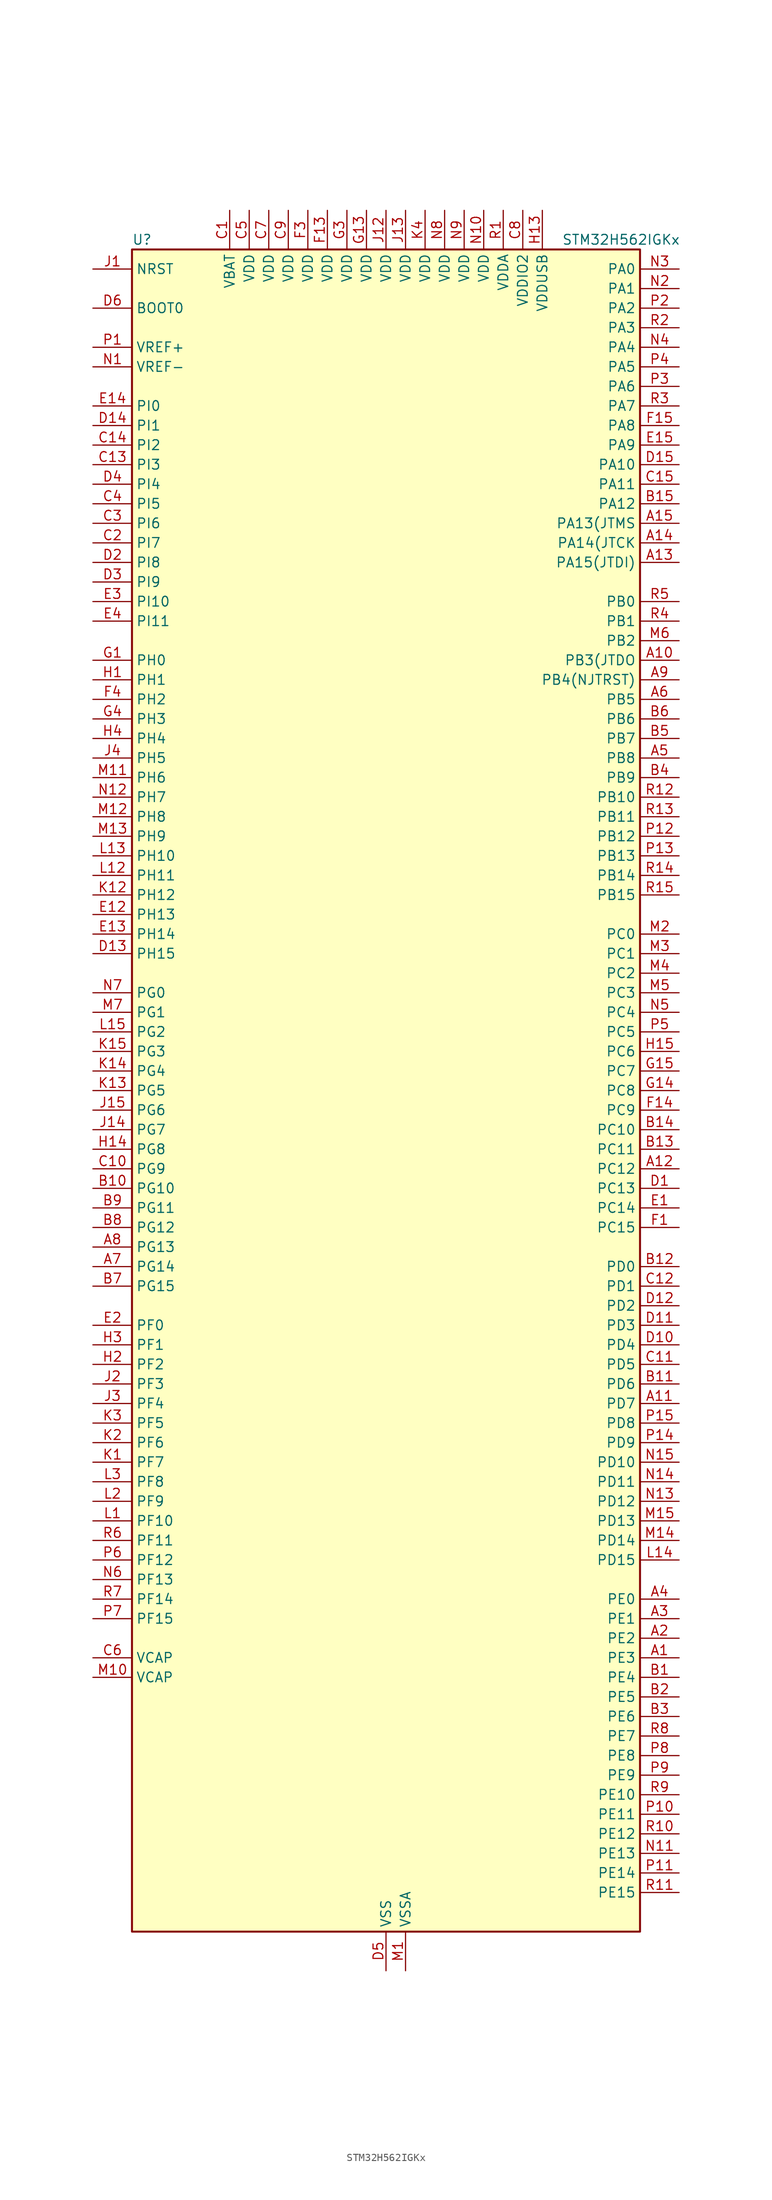
<source format=kicad_sym>
(kicad_symbol_lib
  (version 20231120)
  (generator "kicad-library-utils")
  (generator_version "8.0")
  (symbol "STM32H562IGKx"
    (property "Reference" "U"
      (at -33.02 110.49 0)
      (effects (font (size 1.27 1.27)) (justify left)))
    (property "Value" "STM32H562IGKx"
      (at 22.86 110.49 0)
      (effects (font (size 1.27 1.27)) (justify left)))
    (symbol "STM32H562IGKx_0_1"
      (rectangle (start -33.02 -109.22) (end 33.02 109.22) (stroke (width 0.254) (type default)) (fill (type background))))
    (symbol "STM32H562IGKx_1_1"
      (pin bidirectional line (at 38.1 -73.66 180) (length 5.08) (name "PE3" (effects (font (size 1.27 1.27)))) (number "A1" (effects (font (size 1.27 1.27)))) (alternate "DEBUG_TRACED0" bidirectional line) (alternate "FMC_A19" bidirectional line) (alternate "SAI1_SD_B" bidirectional line) (alternate "TAMP_IN6" bidirectional line) (alternate "TAMP_OUT3" bidirectional line) (alternate "TIM15_BKIN" bidirectional line) (alternate "USART10_TX" bidirectional line))
      (pin bidirectional line (at 38.1 55.88 180) (length 5.08) (name "PB3(JTDO" (effects (font (size 1.27 1.27)))) (number "A10" (effects (font (size 1.27 1.27)))) (alternate "CRS_SYNC" bidirectional line) (alternate "DEBUG_JTDO-SWO" bidirectional line) (alternate "I2C2_SDA" bidirectional line) (alternate "I2S1_CK" bidirectional line) (alternate "I2S3_CK" bidirectional line) (alternate "LPTIM6_ETR" bidirectional line) (alternate "SPI1_SCK" bidirectional line) (alternate "SPI3_SCK" bidirectional line) (alternate "SPI6_SCK" bidirectional line) (alternate "TIM2_CH2" bidirectional line) (alternate "UART12_CTS" bidirectional line) (alternate "UART7_RX" bidirectional line))
      (pin bidirectional line (at 38.1 -40.64 180) (length 5.08) (name "PD7" (effects (font (size 1.27 1.27)))) (number "A11" (effects (font (size 1.27 1.27)))) (alternate "FMC_NCE" bidirectional line) (alternate "FMC_NE1" bidirectional line) (alternate "I2S1_SDO" bidirectional line) (alternate "LPTIM4_OUT" bidirectional line) (alternate "OCTOSPI1_IO7" bidirectional line) (alternate "SPI1_MOSI" bidirectional line) (alternate "USART2_CK" bidirectional line))
      (pin bidirectional line (at 38.1 -10.16 180) (length 5.08) (name "PC12" (effects (font (size 1.27 1.27)))) (number "A12" (effects (font (size 1.27 1.27)))) (alternate "DCMI_D9" bidirectional line) (alternate "DEBUG_TRACED3" bidirectional line) (alternate "I2S3_SDO" bidirectional line) (alternate "PSSI_D9" bidirectional line) (alternate "SDMMC1_CK" bidirectional line) (alternate "SPI3_MOSI" bidirectional line) (alternate "SPI6_SCK" bidirectional line) (alternate "TIM15_CH1" bidirectional line) (alternate "UART5_TX" bidirectional line) (alternate "USART3_CK" bidirectional line))
      (pin bidirectional line (at 38.1 68.58 180) (length 5.08) (name "PA15(JTDI)" (effects (font (size 1.27 1.27)))) (number "A13" (effects (font (size 1.27 1.27)))) (alternate "ADC1_EXTI15" bidirectional line) (alternate "ADC2_EXTI15" bidirectional line) (alternate "CEC" bidirectional line) (alternate "DCMI_D11" bidirectional line) (alternate "DEBUG_JTDI" bidirectional line) (alternate "FMC_NBL1" bidirectional line) (alternate "I2S1_WS" bidirectional line) (alternate "I2S3_WS" bidirectional line) (alternate "LPTIM3_IN2" bidirectional line) (alternate "PSSI_D11" bidirectional line) (alternate "SPI1_NSS" bidirectional line) (alternate "SPI3_NSS" bidirectional line) (alternate "SPI6_NSS" bidirectional line) (alternate "TIM2_CH1" bidirectional line) (alternate "TIM2_ETR" bidirectional line) (alternate "UART4_DE" bidirectional line) (alternate "UART4_RTS" bidirectional line) (alternate "UART7_TX" bidirectional line))
      (pin bidirectional line (at 38.1 71.12 180) (length 5.08) (name "PA14(JTCK" (effects (font (size 1.27 1.27)))) (number "A14" (effects (font (size 1.27 1.27)))) (alternate "DEBUG_JTCK-SWCLK" bidirectional line))
      (pin bidirectional line (at 38.1 73.66 180) (length 5.08) (name "PA13(JTMS" (effects (font (size 1.27 1.27)))) (number "A15" (effects (font (size 1.27 1.27)))) (alternate "DEBUG_JTMS-SWDIO" bidirectional line))
      (pin bidirectional line (at 38.1 -71.12 180) (length 5.08) (name "PE2" (effects (font (size 1.27 1.27)))) (number "A2" (effects (font (size 1.27 1.27)))) (alternate "DCMI_D3" bidirectional line) (alternate "DEBUG_TRACECLK" bidirectional line) (alternate "FMC_A23" bidirectional line) (alternate "LPTIM1_IN2" bidirectional line) (alternate "OCTOSPI1_IO2" bidirectional line) (alternate "PSSI_D3" bidirectional line) (alternate "SAI1_CK1" bidirectional line) (alternate "SAI1_MCLK_A" bidirectional line) (alternate "SPI4_SCK" bidirectional line) (alternate "UART8_TX" bidirectional line) (alternate "USART10_RX" bidirectional line))
      (pin bidirectional line (at 38.1 -68.58 180) (length 5.08) (name "PE1" (effects (font (size 1.27 1.27)))) (number "A3" (effects (font (size 1.27 1.27)))) (alternate "DCMI_D3" bidirectional line) (alternate "FDCAN1_TX" bidirectional line) (alternate "FMC_NBL1" bidirectional line) (alternate "LPTIM1_IN2" bidirectional line) (alternate "PSSI_D3" bidirectional line) (alternate "UART8_TX" bidirectional line))
      (pin bidirectional line (at 38.1 -66.04 180) (length 5.08) (name "PE0" (effects (font (size 1.27 1.27)))) (number "A4" (effects (font (size 1.27 1.27)))) (alternate "DCMI_D2" bidirectional line) (alternate "FDCAN1_RX" bidirectional line) (alternate "FMC_NBL0" bidirectional line) (alternate "LPTIM1_ETR" bidirectional line) (alternate "LPTIM2_CH2" bidirectional line) (alternate "LPTIM2_ETR" bidirectional line) (alternate "PSSI_D2" bidirectional line) (alternate "SAI2_MCLK_A" bidirectional line) (alternate "SPI3_RDY" bidirectional line) (alternate "TIM4_ETR" bidirectional line) (alternate "UART8_RX" bidirectional line))
      (pin bidirectional line (at 38.1 43.18 180) (length 5.08) (name "PB8" (effects (font (size 1.27 1.27)))) (number "A5" (effects (font (size 1.27 1.27)))) (alternate "DCMI_D6" bidirectional line) (alternate "FDCAN1_RX" bidirectional line) (alternate "I2C1_SCL" bidirectional line) (alternate "I2C4_SCL" bidirectional line) (alternate "I3C1_SCL" bidirectional line) (alternate "PSSI_D6" bidirectional line) (alternate "SDMMC1_CKIN" bidirectional line) (alternate "SDMMC1_D4" bidirectional line) (alternate "SPI4_RDY" bidirectional line) (alternate "TIM16_CH1" bidirectional line) (alternate "TIM4_CH3" bidirectional line) (alternate "UART4_RX" bidirectional line))
      (pin bidirectional line (at 38.1 50.8 180) (length 5.08) (name "PB5" (effects (font (size 1.27 1.27)))) (number "A6" (effects (font (size 1.27 1.27)))) (alternate "DCMI_D10" bidirectional line) (alternate "FMC_SDCKE1" bidirectional line) (alternate "I2C1_SMBA" bidirectional line) (alternate "I2C4_SMBA" bidirectional line) (alternate "I2S1_SDO" bidirectional line) (alternate "I2S3_SDO" bidirectional line) (alternate "OCTOSPI1_NCLK" bidirectional line) (alternate "PSSI_D10" bidirectional line) (alternate "SPI1_MOSI" bidirectional line) (alternate "SPI3_MOSI" bidirectional line) (alternate "SPI6_MOSI" bidirectional line) (alternate "TIM17_BKIN" bidirectional line) (alternate "TIM3_CH2" bidirectional line) (alternate "UART5_RX" bidirectional line))
      (pin bidirectional line (at -38.1 -22.86 0) (length 5.08) (name "PG14" (effects (font (size 1.27 1.27)))) (number "A7" (effects (font (size 1.27 1.27)))) (alternate "DEBUG_TRACED1" bidirectional line) (alternate "FMC_A25" bidirectional line) (alternate "LPTIM1_CH2" bidirectional line) (alternate "LPTIM1_ETR" bidirectional line) (alternate "LPTIM5_IN1" bidirectional line) (alternate "OCTOSPI1_IO7" bidirectional line) (alternate "SPI6_MOSI" bidirectional line) (alternate "USART10_RTS" bidirectional line) (alternate "USART6_TX" bidirectional line))
      (pin bidirectional line (at -38.1 -20.32 0) (length 5.08) (name "PG13" (effects (font (size 1.27 1.27)))) (number "A8" (effects (font (size 1.27 1.27)))) (alternate "DEBUG_TRACED0" bidirectional line) (alternate "FMC_A24" bidirectional line) (alternate "LPTIM1_CH1" bidirectional line) (alternate "LPTIM5_CH2" bidirectional line) (alternate "SPI6_SCK" bidirectional line) (alternate "USART10_CTS" bidirectional line) (alternate "USART10_NSS" bidirectional line) (alternate "USART6_CTS" bidirectional line) (alternate "USART6_NSS" bidirectional line))
      (pin bidirectional line (at 38.1 53.34 180) (length 5.08) (name "PB4(NJTRST)" (effects (font (size 1.27 1.27)))) (number "A9" (effects (font (size 1.27 1.27)))) (alternate "DCMI_D7" bidirectional line) (alternate "DEBUG_JTRST" bidirectional line) (alternate "I2S1_SDI" bidirectional line) (alternate "I2S2_WS" bidirectional line) (alternate "I2S3_SDI" bidirectional line) (alternate "LPTIM1_CH2" bidirectional line) (alternate "OCTOSPI1_CLK" bidirectional line) (alternate "PSSI_D7" bidirectional line) (alternate "SPI1_MISO" bidirectional line) (alternate "SPI2_NSS" bidirectional line) (alternate "SPI3_MISO" bidirectional line) (alternate "SPI6_MISO" bidirectional line) (alternate "TIM16_BKIN" bidirectional line) (alternate "TIM3_CH1" bidirectional line) (alternate "UART7_TX" bidirectional line))
      (pin bidirectional line (at 38.1 -76.2 180) (length 5.08) (name "PE4" (effects (font (size 1.27 1.27)))) (number "B1" (effects (font (size 1.27 1.27)))) (alternate "DCMI_D4" bidirectional line) (alternate "DEBUG_TRACED1" bidirectional line) (alternate "FMC_A20" bidirectional line) (alternate "PSSI_D4" bidirectional line) (alternate "SAI1_D2" bidirectional line) (alternate "SAI1_FS_A" bidirectional line) (alternate "SPI4_NSS" bidirectional line) (alternate "TAMP_IN7" bidirectional line) (alternate "TAMP_OUT8" bidirectional line) (alternate "TIM15_CH1N" bidirectional line))
      (pin bidirectional line (at -38.1 -12.7 0) (length 5.08) (name "PG10" (effects (font (size 1.27 1.27)))) (number "B10" (effects (font (size 1.27 1.27)))) (alternate "DCMI_D2" bidirectional line) (alternate "FMC_NE3" bidirectional line) (alternate "I2S1_WS" bidirectional line) (alternate "PSSI_D2" bidirectional line) (alternate "SAI2_SD_B" bidirectional line) (alternate "SPI1_NSS" bidirectional line))
      (pin bidirectional line (at 38.1 -38.1 180) (length 5.08) (name "PD6" (effects (font (size 1.27 1.27)))) (number "B11" (effects (font (size 1.27 1.27)))) (alternate "DCMI_D10" bidirectional line) (alternate "FMC_NWAIT" bidirectional line) (alternate "I2S3_SDO" bidirectional line) (alternate "OCTOSPI1_IO6" bidirectional line) (alternate "PSSI_D10" bidirectional line) (alternate "SAI1_D1" bidirectional line) (alternate "SAI1_SD_A" bidirectional line) (alternate "SPI3_MOSI" bidirectional line) (alternate "USART2_RX" bidirectional line))
      (pin bidirectional line (at 38.1 -22.86 180) (length 5.08) (name "PD0" (effects (font (size 1.27 1.27)))) (number "B12" (effects (font (size 1.27 1.27)))) (alternate "FDCAN1_RX" bidirectional line) (alternate "FMC_D2" bidirectional line) (alternate "FMC_DA2" bidirectional line) (alternate "TIM8_CH4N" bidirectional line) (alternate "UART4_RX" bidirectional line) (alternate "UART9_CTS" bidirectional line))
      (pin bidirectional line (at 38.1 -7.62 180) (length 5.08) (name "PC11" (effects (font (size 1.27 1.27)))) (number "B13" (effects (font (size 1.27 1.27)))) (alternate "ADC1_EXTI11" bidirectional line) (alternate "ADC2_EXTI11" bidirectional line) (alternate "DCMI_D4" bidirectional line) (alternate "I2S3_SDI" bidirectional line) (alternate "LPTIM3_IN1" bidirectional line) (alternate "OCTOSPI1_NCS" bidirectional line) (alternate "PSSI_D4" bidirectional line) (alternate "SDMMC1_D3" bidirectional line) (alternate "SPI3_MISO" bidirectional line) (alternate "UART4_RX" bidirectional line) (alternate "USART3_RX" bidirectional line))
      (pin bidirectional line (at 38.1 -5.08 180) (length 5.08) (name "PC10" (effects (font (size 1.27 1.27)))) (number "B14" (effects (font (size 1.27 1.27)))) (alternate "DCMI_D8" bidirectional line) (alternate "I2S3_CK" bidirectional line) (alternate "LPTIM3_ETR" bidirectional line) (alternate "OCTOSPI1_IO1" bidirectional line) (alternate "PSSI_D8" bidirectional line) (alternate "SDMMC1_D2" bidirectional line) (alternate "SPI3_SCK" bidirectional line) (alternate "UART4_TX" bidirectional line) (alternate "USART3_TX" bidirectional line))
      (pin bidirectional line (at 38.1 76.2 180) (length 5.08) (name "PA12" (effects (font (size 1.27 1.27)))) (number "B15" (effects (font (size 1.27 1.27)))) (alternate "FDCAN1_TX" bidirectional line) (alternate "I2S2_CK" bidirectional line) (alternate "LPUART1_RTS" bidirectional line) (alternate "SAI2_FS_B" bidirectional line) (alternate "SPI2_SCK" bidirectional line) (alternate "TIM1_ETR" bidirectional line) (alternate "UART4_TX" bidirectional line) (alternate "USART1_RTS" bidirectional line) (alternate "USB_DP" bidirectional line))
      (pin bidirectional line (at 38.1 -78.74 180) (length 5.08) (name "PE5" (effects (font (size 1.27 1.27)))) (number "B2" (effects (font (size 1.27 1.27)))) (alternate "DCMI_D6" bidirectional line) (alternate "DEBUG_TRACED2" bidirectional line) (alternate "FMC_A21" bidirectional line) (alternate "PSSI_D6" bidirectional line) (alternate "SAI1_CK2" bidirectional line) (alternate "SAI1_SCK_A" bidirectional line) (alternate "SPI4_MISO" bidirectional line) (alternate "TAMP_IN8" bidirectional line) (alternate "TAMP_OUT7" bidirectional line) (alternate "TIM15_CH1" bidirectional line))
      (pin bidirectional line (at 38.1 -81.28 180) (length 5.08) (name "PE6" (effects (font (size 1.27 1.27)))) (number "B3" (effects (font (size 1.27 1.27)))) (alternate "DCMI_D7" bidirectional line) (alternate "DEBUG_TRACED3" bidirectional line) (alternate "FMC_A22" bidirectional line) (alternate "PSSI_D7" bidirectional line) (alternate "SAI1_D1" bidirectional line) (alternate "SAI1_SD_A" bidirectional line) (alternate "SAI2_MCLK_B" bidirectional line) (alternate "SPI4_MOSI" bidirectional line) (alternate "TAMP_IN3" bidirectional line) (alternate "TAMP_OUT6" bidirectional line) (alternate "TIM15_CH2" bidirectional line) (alternate "TIM1_BKIN2" bidirectional line))
      (pin bidirectional line (at 38.1 40.64 180) (length 5.08) (name "PB9" (effects (font (size 1.27 1.27)))) (number "B4" (effects (font (size 1.27 1.27)))) (alternate "DAC1_EXTI9" bidirectional line) (alternate "DCMI_D7" bidirectional line) (alternate "FDCAN1_TX" bidirectional line) (alternate "I2C1_SDA" bidirectional line) (alternate "I2C4_SDA" bidirectional line) (alternate "I2S2_WS" bidirectional line) (alternate "I3C1_SDA" bidirectional line) (alternate "PSSI_D7" bidirectional line) (alternate "SDMMC1_CDIR" bidirectional line) (alternate "SDMMC1_D5" bidirectional line) (alternate "SPI2_NSS" bidirectional line) (alternate "TIM17_CH1" bidirectional line) (alternate "TIM4_CH4" bidirectional line) (alternate "UART4_TX" bidirectional line))
      (pin bidirectional line (at 38.1 45.72 180) (length 5.08) (name "PB7" (effects (font (size 1.27 1.27)))) (number "B5" (effects (font (size 1.27 1.27)))) (alternate "DCMI_VSYNC" bidirectional line) (alternate "FDCAN1_TX" bidirectional line) (alternate "FMC_NL" bidirectional line) (alternate "I2C1_SDA" bidirectional line) (alternate "I2C4_SDA" bidirectional line) (alternate "I3C1_SDA" bidirectional line) (alternate "LPUART1_RX" bidirectional line) (alternate "PSSI_RDY" bidirectional line) (alternate "PWR_WKUP5" bidirectional line) (alternate "TIM17_CH1N" bidirectional line) (alternate "TIM4_CH2" bidirectional line) (alternate "USART1_RX" bidirectional line))
      (pin bidirectional line (at 38.1 48.26 180) (length 5.08) (name "PB6" (effects (font (size 1.27 1.27)))) (number "B6" (effects (font (size 1.27 1.27)))) (alternate "CEC" bidirectional line) (alternate "DCMI_D5" bidirectional line) (alternate "FMC_SDNE1" bidirectional line) (alternate "I2C1_SCL" bidirectional line) (alternate "I2C4_SCL" bidirectional line) (alternate "I3C1_SCL" bidirectional line) (alternate "LPUART1_TX" bidirectional line) (alternate "OCTOSPI1_NCS" bidirectional line) (alternate "PSSI_D5" bidirectional line) (alternate "TIM16_CH1N" bidirectional line) (alternate "TIM4_CH1" bidirectional line) (alternate "UART5_TX" bidirectional line) (alternate "USART1_TX" bidirectional line))
      (pin bidirectional line (at -38.1 -25.4 0) (length 5.08) (name "PG15" (effects (font (size 1.27 1.27)))) (number "B7" (effects (font (size 1.27 1.27)))) (alternate "ADC1_EXTI15" bidirectional line) (alternate "ADC2_EXTI15" bidirectional line) (alternate "DCMI_D13" bidirectional line) (alternate "FMC_SDNCAS" bidirectional line) (alternate "PSSI_D13" bidirectional line) (alternate "SPI4_RDY" bidirectional line) (alternate "USART10_CK" bidirectional line) (alternate "USART6_CTS" bidirectional line) (alternate "USART6_NSS" bidirectional line))
      (pin bidirectional line (at -38.1 -17.78 0) (length 5.08) (name "PG12" (effects (font (size 1.27 1.27)))) (number "B8" (effects (font (size 1.27 1.27)))) (alternate "DCMI_D11" bidirectional line) (alternate "FMC_NE4" bidirectional line) (alternate "LPTIM1_IN1" bidirectional line) (alternate "LPTIM5_CH1" bidirectional line) (alternate "PSSI_D11" bidirectional line) (alternate "PSSI_D15" bidirectional line) (alternate "SPI6_MISO" bidirectional line) (alternate "USART10_TX" bidirectional line) (alternate "USART6_RTS" bidirectional line))
      (pin bidirectional line (at -38.1 -15.24 0) (length 5.08) (name "PG11" (effects (font (size 1.27 1.27)))) (number "B9" (effects (font (size 1.27 1.27)))) (alternate "ADC1_EXTI11" bidirectional line) (alternate "ADC2_EXTI11" bidirectional line) (alternate "DCMI_D3" bidirectional line) (alternate "I2S1_CK" bidirectional line) (alternate "LPTIM1_IN2" bidirectional line) (alternate "PSSI_D3" bidirectional line) (alternate "SPI1_SCK" bidirectional line) (alternate "USART10_RX" bidirectional line) (alternate "USART11_RTS" bidirectional line))
      (pin power_in line (at -20.32 114.3 270) (length 5.08) (name "VBAT" (effects (font (size 1.27 1.27)))) (number "C1" (effects (font (size 1.27 1.27)))))
      (pin bidirectional line (at -38.1 -10.16 0) (length 5.08) (name "PG9" (effects (font (size 1.27 1.27)))) (number "C10" (effects (font (size 1.27 1.27)))) (alternate "DAC1_EXTI9" bidirectional line) (alternate "DCMI_VSYNC" bidirectional line) (alternate "FMC_NCE" bidirectional line) (alternate "FMC_NE2" bidirectional line) (alternate "I2S1_SDI" bidirectional line) (alternate "OCTOSPI1_IO6" bidirectional line) (alternate "PSSI_RDY" bidirectional line) (alternate "SAI2_FS_B" bidirectional line) (alternate "SPI1_MISO" bidirectional line) (alternate "USART6_RX" bidirectional line))
      (pin bidirectional line (at 38.1 -35.56 180) (length 5.08) (name "PD5" (effects (font (size 1.27 1.27)))) (number "C11" (effects (font (size 1.27 1.27)))) (alternate "FDCAN1_TX" bidirectional line) (alternate "FMC_NWE" bidirectional line) (alternate "OCTOSPI1_IO5" bidirectional line) (alternate "SPI2_RDY" bidirectional line) (alternate "TIM1_CH4N" bidirectional line) (alternate "USART2_TX" bidirectional line))
      (pin bidirectional line (at 38.1 -25.4 180) (length 5.08) (name "PD1" (effects (font (size 1.27 1.27)))) (number "C12" (effects (font (size 1.27 1.27)))) (alternate "FDCAN1_TX" bidirectional line) (alternate "FMC_D3" bidirectional line) (alternate "FMC_DA3" bidirectional line) (alternate "UART4_TX" bidirectional line))
      (pin bidirectional line (at -38.1 81.28 0) (length 5.08) (name "PI3" (effects (font (size 1.27 1.27)))) (number "C13" (effects (font (size 1.27 1.27)))) (alternate "DCMI_D10" bidirectional line) (alternate "I2S2_SDO" bidirectional line) (alternate "PSSI_D10" bidirectional line) (alternate "SPI2_MOSI" bidirectional line) (alternate "TIM8_ETR" bidirectional line))
      (pin bidirectional line (at -38.1 83.82 0) (length 5.08) (name "PI2" (effects (font (size 1.27 1.27)))) (number "C14" (effects (font (size 1.27 1.27)))) (alternate "DCMI_D9" bidirectional line) (alternate "I2S2_SDI" bidirectional line) (alternate "PSSI_D9" bidirectional line) (alternate "SPI2_MISO" bidirectional line) (alternate "TIM8_CH4" bidirectional line))
      (pin bidirectional line (at 38.1 78.74 180) (length 5.08) (name "PA11" (effects (font (size 1.27 1.27)))) (number "C15" (effects (font (size 1.27 1.27)))) (alternate "ADC1_EXTI11" bidirectional line) (alternate "ADC2_EXTI11" bidirectional line) (alternate "FDCAN1_RX" bidirectional line) (alternate "I2S2_WS" bidirectional line) (alternate "LPUART1_CTS" bidirectional line) (alternate "SPI2_NSS" bidirectional line) (alternate "TIM1_CH4" bidirectional line) (alternate "UART4_RX" bidirectional line) (alternate "USART1_CTS" bidirectional line) (alternate "USART1_NSS" bidirectional line) (alternate "USB_DM" bidirectional line))
      (pin bidirectional line (at -38.1 71.12 0) (length 5.08) (name "PI7" (effects (font (size 1.27 1.27)))) (number "C2" (effects (font (size 1.27 1.27)))) (alternate "DCMI_D7" bidirectional line) (alternate "PSSI_D7" bidirectional line) (alternate "SAI2_FS_A" bidirectional line) (alternate "TIM8_CH3" bidirectional line))
      (pin bidirectional line (at -38.1 73.66 0) (length 5.08) (name "PI6" (effects (font (size 1.27 1.27)))) (number "C3" (effects (font (size 1.27 1.27)))) (alternate "DCMI_D6" bidirectional line) (alternate "PSSI_D6" bidirectional line) (alternate "SAI2_SD_A" bidirectional line) (alternate "TIM8_CH2" bidirectional line))
      (pin bidirectional line (at -38.1 76.2 0) (length 5.08) (name "PI5" (effects (font (size 1.27 1.27)))) (number "C4" (effects (font (size 1.27 1.27)))) (alternate "DCMI_VSYNC" bidirectional line) (alternate "PSSI_RDY" bidirectional line) (alternate "SAI2_SCK_A" bidirectional line) (alternate "TIM8_CH1" bidirectional line))
      (pin power_in line (at -17.78 114.3 270) (length 5.08) (name "VDD" (effects (font (size 1.27 1.27)))) (number "C5" (effects (font (size 1.27 1.27)))))
      (pin power_out line (at -38.1 -73.66 0) (length 5.08) (name "VCAP" (effects (font (size 1.27 1.27)))) (number "C6" (effects (font (size 1.27 1.27)))))
      (pin power_in line (at -15.24 114.3 270) (length 5.08) (name "VDD" (effects (font (size 1.27 1.27)))) (number "C7" (effects (font (size 1.27 1.27)))))
      (pin power_in line (at 17.78 114.3 270) (length 5.08) (name "VDDIO2" (effects (font (size 1.27 1.27)))) (number "C8" (effects (font (size 1.27 1.27)))))
      (pin power_in line (at -12.7 114.3 270) (length 5.08) (name "VDD" (effects (font (size 1.27 1.27)))) (number "C9" (effects (font (size 1.27 1.27)))))
      (pin bidirectional line (at 38.1 -12.7 180) (length 5.08) (name "PC13" (effects (font (size 1.27 1.27)))) (number "D1" (effects (font (size 1.27 1.27)))) (alternate "PWR_WKUP4" bidirectional line) (alternate "RTC_OUT1" bidirectional line) (alternate "RTC_TS" bidirectional line) (alternate "TAMP_IN1" bidirectional line) (alternate "TAMP_OUT2" bidirectional line) (alternate "TAMP_OUT3" bidirectional line))
      (pin bidirectional line (at 38.1 -33.02 180) (length 5.08) (name "PD4" (effects (font (size 1.27 1.27)))) (number "D10" (effects (font (size 1.27 1.27)))) (alternate "FMC_NOE" bidirectional line) (alternate "OCTOSPI1_IO4" bidirectional line) (alternate "USART2_RTS" bidirectional line))
      (pin bidirectional line (at 38.1 -30.48 180) (length 5.08) (name "PD3" (effects (font (size 1.27 1.27)))) (number "D11" (effects (font (size 1.27 1.27)))) (alternate "DCMI_D5" bidirectional line) (alternate "FMC_CLK" bidirectional line) (alternate "I2S2_CK" bidirectional line) (alternate "PSSI_D5" bidirectional line) (alternate "PWR_WKUP8" bidirectional line) (alternate "SPI2_SCK" bidirectional line) (alternate "USART2_CTS" bidirectional line) (alternate "USART2_NSS" bidirectional line))
      (pin bidirectional line (at 38.1 -27.94 180) (length 5.08) (name "PD2" (effects (font (size 1.27 1.27)))) (number "D12" (effects (font (size 1.27 1.27)))) (alternate "DCMI_D11" bidirectional line) (alternate "DEBUG_TRACED2" bidirectional line) (alternate "LPTIM4_ETR" bidirectional line) (alternate "PSSI_D11" bidirectional line) (alternate "PWR_WKUP7" bidirectional line) (alternate "SDMMC1_CMD" bidirectional line) (alternate "TIM15_BKIN" bidirectional line) (alternate "TIM3_ETR" bidirectional line) (alternate "UART5_RX" bidirectional line))
      (pin bidirectional line (at -38.1 17.78 0) (length 5.08) (name "PH15" (effects (font (size 1.27 1.27)))) (number "D13" (effects (font (size 1.27 1.27)))) (alternate "ADC1_EXTI15" bidirectional line) (alternate "ADC2_EXTI15" bidirectional line) (alternate "DCMI_D11" bidirectional line) (alternate "PSSI_D11" bidirectional line) (alternate "TIM8_CH3N" bidirectional line))
      (pin bidirectional line (at -38.1 86.36 0) (length 5.08) (name "PI1" (effects (font (size 1.27 1.27)))) (number "D14" (effects (font (size 1.27 1.27)))) (alternate "DCMI_D8" bidirectional line) (alternate "I2S2_CK" bidirectional line) (alternate "PSSI_D8" bidirectional line) (alternate "SPI2_SCK" bidirectional line) (alternate "TIM8_BKIN2" bidirectional line))
      (pin bidirectional line (at 38.1 81.28 180) (length 5.08) (name "PA10" (effects (font (size 1.27 1.27)))) (number "D15" (effects (font (size 1.27 1.27)))) (alternate "DCMI_D1" bidirectional line) (alternate "LPTIM2_IN2" bidirectional line) (alternate "LPUART1_RX" bidirectional line) (alternate "PSSI_D1" bidirectional line) (alternate "SDMMC1_D0" bidirectional line) (alternate "TIM1_CH3" bidirectional line) (alternate "UCPD1_FRSTX" bidirectional line) (alternate "USART1_RX" bidirectional line))
      (pin bidirectional line (at -38.1 68.58 0) (length 5.08) (name "PI8" (effects (font (size 1.27 1.27)))) (number "D2" (effects (font (size 1.27 1.27)))) (alternate "PWR_WKUP3" bidirectional line) (alternate "RTC_OUT2" bidirectional line) (alternate "TAMP_IN2" bidirectional line) (alternate "TAMP_OUT3" bidirectional line))
      (pin bidirectional line (at -38.1 66.04 0) (length 5.08) (name "PI9" (effects (font (size 1.27 1.27)))) (number "D3" (effects (font (size 1.27 1.27)))) (alternate "DAC1_EXTI9" bidirectional line) (alternate "FDCAN1_RX" bidirectional line) (alternate "UART4_RX" bidirectional line))
      (pin bidirectional line (at -38.1 78.74 0) (length 5.08) (name "PI4" (effects (font (size 1.27 1.27)))) (number "D4" (effects (font (size 1.27 1.27)))) (alternate "DCMI_D5" bidirectional line) (alternate "PSSI_D5" bidirectional line) (alternate "SAI2_MCLK_A" bidirectional line) (alternate "SPI2_RDY" bidirectional line) (alternate "TIM8_BKIN" bidirectional line))
      (pin power_in line (at 0 -114.3 90) (length 5.08) (name "VSS" (effects (font (size 1.27 1.27)))) (number "D5" (effects (font (size 1.27 1.27)))))
      (pin input line (at -38.1 101.6 0) (length 5.08) (name "BOOT0" (effects (font (size 1.27 1.27)))) (number "D6" (effects (font (size 1.27 1.27)))))
      (pin passive line (at 0 -114.3 90) (length 5.08) hide (name "VSS" (effects (font (size 1.27 1.27)))) (number "D7" (effects (font (size 1.27 1.27)))))
      (pin passive line (at 0 -114.3 90) (length 5.08) hide (name "VSS" (effects (font (size 1.27 1.27)))) (number "D8" (effects (font (size 1.27 1.27)))))
      (pin passive line (at 0 -114.3 90) (length 5.08) hide (name "VSS" (effects (font (size 1.27 1.27)))) (number "D9" (effects (font (size 1.27 1.27)))))
      (pin bidirectional line (at 38.1 -15.24 180) (length 5.08) (name "PC14" (effects (font (size 1.27 1.27)))) (number "E1" (effects (font (size 1.27 1.27)))) (alternate "RCC_OSC32_IN" bidirectional line))
      (pin bidirectional line (at -38.1 22.86 0) (length 5.08) (name "PH13" (effects (font (size 1.27 1.27)))) (number "E12" (effects (font (size 1.27 1.27)))) (alternate "DCMI_D3" bidirectional line) (alternate "FDCAN1_TX" bidirectional line) (alternate "LPTIM1_IN2" bidirectional line) (alternate "PSSI_D3" bidirectional line) (alternate "TIM8_CH1N" bidirectional line) (alternate "UART4_TX" bidirectional line) (alternate "UART8_TX" bidirectional line))
      (pin bidirectional line (at -38.1 20.32 0) (length 5.08) (name "PH14" (effects (font (size 1.27 1.27)))) (number "E13" (effects (font (size 1.27 1.27)))) (alternate "DCMI_D4" bidirectional line) (alternate "FDCAN1_RX" bidirectional line) (alternate "PSSI_D4" bidirectional line) (alternate "TIM8_CH2N" bidirectional line) (alternate "UART4_RX" bidirectional line))
      (pin bidirectional line (at -38.1 88.9 0) (length 5.08) (name "PI0" (effects (font (size 1.27 1.27)))) (number "E14" (effects (font (size 1.27 1.27)))) (alternate "DCMI_D13" bidirectional line) (alternate "I2S2_WS" bidirectional line) (alternate "PSSI_D13" bidirectional line) (alternate "SPI2_NSS" bidirectional line) (alternate "TIM5_CH4" bidirectional line))
      (pin bidirectional line (at 38.1 83.82 180) (length 5.08) (name "PA9" (effects (font (size 1.27 1.27)))) (number "E15" (effects (font (size 1.27 1.27)))) (alternate "DAC1_EXTI9" bidirectional line) (alternate "DCMI_D0" bidirectional line) (alternate "FMC_NWE" bidirectional line) (alternate "I2C3_SMBA" bidirectional line) (alternate "I2S2_CK" bidirectional line) (alternate "LPUART1_TX" bidirectional line) (alternate "PSSI_D0" bidirectional line) (alternate "SPI2_SCK" bidirectional line) (alternate "TIM1_CH2" bidirectional line) (alternate "UCPD1_DB1" bidirectional line) (alternate "USART1_TX" bidirectional line))
      (pin bidirectional line (at -38.1 -30.48 0) (length 5.08) (name "PF0" (effects (font (size 1.27 1.27)))) (number "E2" (effects (font (size 1.27 1.27)))) (alternate "FMC_A0" bidirectional line) (alternate "I2C2_SDA" bidirectional line) (alternate "LPTIM5_CH1" bidirectional line))
      (pin bidirectional line (at -38.1 63.5 0) (length 5.08) (name "PI10" (effects (font (size 1.27 1.27)))) (number "E3" (effects (font (size 1.27 1.27)))) (alternate "FDCAN1_RX" bidirectional line) (alternate "PSSI_D14" bidirectional line))
      (pin bidirectional line (at -38.1 60.96 0) (length 5.08) (name "PI11" (effects (font (size 1.27 1.27)))) (number "E4" (effects (font (size 1.27 1.27)))) (alternate "ADC1_EXTI11" bidirectional line) (alternate "ADC2_EXTI11" bidirectional line) (alternate "PSSI_D15" bidirectional line) (alternate "TAMP_IN4" bidirectional line) (alternate "TAMP_OUT5" bidirectional line))
      (pin bidirectional line (at 38.1 -17.78 180) (length 5.08) (name "PC15" (effects (font (size 1.27 1.27)))) (number "F1" (effects (font (size 1.27 1.27)))) (alternate "ADC1_EXTI15" bidirectional line) (alternate "ADC2_EXTI15" bidirectional line) (alternate "RCC_OSC32_OUT" bidirectional line))
      (pin passive line (at 0 -114.3 90) (length 5.08) hide (name "VSS" (effects (font (size 1.27 1.27)))) (number "F10" (effects (font (size 1.27 1.27)))))
      (pin passive line (at 0 -114.3 90) (length 5.08) hide (name "VSS" (effects (font (size 1.27 1.27)))) (number "F12" (effects (font (size 1.27 1.27)))))
      (pin power_in line (at -7.62 114.3 270) (length 5.08) (name "VDD" (effects (font (size 1.27 1.27)))) (number "F13" (effects (font (size 1.27 1.27)))))
      (pin bidirectional line (at 38.1 -2.54 180) (length 5.08) (name "PC9" (effects (font (size 1.27 1.27)))) (number "F14" (effects (font (size 1.27 1.27)))) (alternate "AUDIOCLK" bidirectional line) (alternate "DAC1_EXTI9" bidirectional line) (alternate "DCMI_D3" bidirectional line) (alternate "FMC_CLE" bidirectional line) (alternate "I2C3_SDA" bidirectional line) (alternate "OCTOSPI1_IO0" bidirectional line) (alternate "PSSI_D3" bidirectional line) (alternate "RCC_MCO_2" bidirectional line) (alternate "SDMMC1_D1" bidirectional line) (alternate "TIM3_CH4" bidirectional line) (alternate "TIM8_CH4" bidirectional line) (alternate "UART5_CTS" bidirectional line) (alternate "UCPD1_DB2" bidirectional line))
      (pin bidirectional line (at 38.1 86.36 180) (length 5.08) (name "PA8" (effects (font (size 1.27 1.27)))) (number "F15" (effects (font (size 1.27 1.27)))) (alternate "DCMI_D3" bidirectional line) (alternate "FMC_NOE" bidirectional line) (alternate "I2C3_SCL" bidirectional line) (alternate "PSSI_D3" bidirectional line) (alternate "RCC_MCO_1" bidirectional line) (alternate "SPI1_RDY" bidirectional line) (alternate "TIM1_CH1" bidirectional line) (alternate "TIM8_BKIN2" bidirectional line) (alternate "UART7_RX" bidirectional line) (alternate "USART1_CK" bidirectional line) (alternate "USB_SOF" bidirectional line))
      (pin passive line (at 0 -114.3 90) (length 5.08) hide (name "VSS" (effects (font (size 1.27 1.27)))) (number "F2" (effects (font (size 1.27 1.27)))))
      (pin power_in line (at -10.16 114.3 270) (length 5.08) (name "VDD" (effects (font (size 1.27 1.27)))) (number "F3" (effects (font (size 1.27 1.27)))))
      (pin bidirectional line (at -38.1 50.8 0) (length 5.08) (name "PH2" (effects (font (size 1.27 1.27)))) (number "F4" (effects (font (size 1.27 1.27)))) (alternate "FMC_SDCKE0" bidirectional line) (alternate "LPTIM1_IN2" bidirectional line) (alternate "OCTOSPI1_IO4" bidirectional line) (alternate "SAI2_SCK_B" bidirectional line))
      (pin passive line (at 0 -114.3 90) (length 5.08) hide (name "VSS" (effects (font (size 1.27 1.27)))) (number "F6" (effects (font (size 1.27 1.27)))))
      (pin passive line (at 0 -114.3 90) (length 5.08) hide (name "VSS" (effects (font (size 1.27 1.27)))) (number "F7" (effects (font (size 1.27 1.27)))))
      (pin passive line (at 0 -114.3 90) (length 5.08) hide (name "VSS" (effects (font (size 1.27 1.27)))) (number "F8" (effects (font (size 1.27 1.27)))))
      (pin passive line (at 0 -114.3 90) (length 5.08) hide (name "VSS" (effects (font (size 1.27 1.27)))) (number "F9" (effects (font (size 1.27 1.27)))))
      (pin bidirectional line (at -38.1 55.88 0) (length 5.08) (name "PH0" (effects (font (size 1.27 1.27)))) (number "G1" (effects (font (size 1.27 1.27)))) (alternate "RCC_OSC_IN" bidirectional line))
      (pin passive line (at 0 -114.3 90) (length 5.08) hide (name "VSS" (effects (font (size 1.27 1.27)))) (number "G10" (effects (font (size 1.27 1.27)))))
      (pin passive line (at 0 -114.3 90) (length 5.08) hide (name "VSS" (effects (font (size 1.27 1.27)))) (number "G12" (effects (font (size 1.27 1.27)))))
      (pin power_in line (at -2.54 114.3 270) (length 5.08) (name "VDD" (effects (font (size 1.27 1.27)))) (number "G13" (effects (font (size 1.27 1.27)))))
      (pin bidirectional line (at 38.1 0 180) (length 5.08) (name "PC8" (effects (font (size 1.27 1.27)))) (number "G14" (effects (font (size 1.27 1.27)))) (alternate "DCMI_D2" bidirectional line) (alternate "DEBUG_TRACED1" bidirectional line) (alternate "FMC_ALE" bidirectional line) (alternate "FMC_INT" bidirectional line) (alternate "FMC_NCE" bidirectional line) (alternate "FMC_NE2" bidirectional line) (alternate "PSSI_D2" bidirectional line) (alternate "SDMMC1_D0" bidirectional line) (alternate "TIM3_CH3" bidirectional line) (alternate "TIM8_CH3" bidirectional line) (alternate "UART5_DE" bidirectional line) (alternate "UART5_RTS" bidirectional line) (alternate "USART6_CK" bidirectional line))
      (pin bidirectional line (at 38.1 2.54 180) (length 5.08) (name "PC7" (effects (font (size 1.27 1.27)))) (number "G15" (effects (font (size 1.27 1.27)))) (alternate "DCMI_D1" bidirectional line) (alternate "DEBUG_TRGIO" bidirectional line) (alternate "FMC_NE1" bidirectional line) (alternate "I2S3_MCK" bidirectional line) (alternate "OCTOSPI1_IO6" bidirectional line) (alternate "PSSI_D1" bidirectional line) (alternate "SDMMC1_D123DIR" bidirectional line) (alternate "SDMMC1_D7" bidirectional line) (alternate "TIM3_CH2" bidirectional line) (alternate "TIM8_CH2" bidirectional line) (alternate "USART6_RX" bidirectional line))
      (pin passive line (at 0 -114.3 90) (length 5.08) hide (name "VSS" (effects (font (size 1.27 1.27)))) (number "G2" (effects (font (size 1.27 1.27)))))
      (pin power_in line (at -5.08 114.3 270) (length 5.08) (name "VDD" (effects (font (size 1.27 1.27)))) (number "G3" (effects (font (size 1.27 1.27)))))
      (pin bidirectional line (at -38.1 48.26 0) (length 5.08) (name "PH3" (effects (font (size 1.27 1.27)))) (number "G4" (effects (font (size 1.27 1.27)))) (alternate "FMC_SDNE0" bidirectional line) (alternate "OCTOSPI1_IO5" bidirectional line) (alternate "SAI2_MCLK_B" bidirectional line))
      (pin passive line (at 0 -114.3 90) (length 5.08) hide (name "VSS" (effects (font (size 1.27 1.27)))) (number "G6" (effects (font (size 1.27 1.27)))))
      (pin passive line (at 0 -114.3 90) (length 5.08) hide (name "VSS" (effects (font (size 1.27 1.27)))) (number "G7" (effects (font (size 1.27 1.27)))))
      (pin passive line (at 0 -114.3 90) (length 5.08) hide (name "VSS" (effects (font (size 1.27 1.27)))) (number "G8" (effects (font (size 1.27 1.27)))))
      (pin passive line (at 0 -114.3 90) (length 5.08) hide (name "VSS" (effects (font (size 1.27 1.27)))) (number "G9" (effects (font (size 1.27 1.27)))))
      (pin bidirectional line (at -38.1 53.34 0) (length 5.08) (name "PH1" (effects (font (size 1.27 1.27)))) (number "H1" (effects (font (size 1.27 1.27)))) (alternate "RCC_OSC_OUT" bidirectional line))
      (pin passive line (at 0 -114.3 90) (length 5.08) hide (name "VSS" (effects (font (size 1.27 1.27)))) (number "H10" (effects (font (size 1.27 1.27)))))
      (pin passive line (at 0 -114.3 90) (length 5.08) hide (name "VSS" (effects (font (size 1.27 1.27)))) (number "H12" (effects (font (size 1.27 1.27)))))
      (pin power_in line (at 20.32 114.3 270) (length 5.08) (name "VDDUSB" (effects (font (size 1.27 1.27)))) (number "H13" (effects (font (size 1.27 1.27)))))
      (pin bidirectional line (at -38.1 -7.62 0) (length 5.08) (name "PG8" (effects (font (size 1.27 1.27)))) (number "H14" (effects (font (size 1.27 1.27)))) (alternate "FMC_SDCLK" bidirectional line) (alternate "SPI6_NSS" bidirectional line) (alternate "TIM8_ETR" bidirectional line) (alternate "USART6_RTS" bidirectional line))
      (pin bidirectional line (at 38.1 5.08 180) (length 5.08) (name "PC6" (effects (font (size 1.27 1.27)))) (number "H15" (effects (font (size 1.27 1.27)))) (alternate "DCMI_D0" bidirectional line) (alternate "FMC_NWAIT" bidirectional line) (alternate "I2S2_MCK" bidirectional line) (alternate "OCTOSPI1_IO5" bidirectional line) (alternate "PSSI_D0" bidirectional line) (alternate "SAI1_SCK_A" bidirectional line) (alternate "SDMMC1_D0DIR" bidirectional line) (alternate "SDMMC1_D6" bidirectional line) (alternate "TIM3_CH1" bidirectional line) (alternate "TIM8_CH1" bidirectional line) (alternate "USART6_TX" bidirectional line))
      (pin bidirectional line (at -38.1 -35.56 0) (length 5.08) (name "PF2" (effects (font (size 1.27 1.27)))) (number "H2" (effects (font (size 1.27 1.27)))) (alternate "FMC_A2" bidirectional line) (alternate "I2C2_SMBA" bidirectional line) (alternate "LPTIM3_CH2" bidirectional line) (alternate "LPTIM3_IN2" bidirectional line) (alternate "LPTIM5_IN1" bidirectional line) (alternate "UART12_TX" bidirectional line) (alternate "USART11_CK" bidirectional line))
      (pin bidirectional line (at -38.1 -33.02 0) (length 5.08) (name "PF1" (effects (font (size 1.27 1.27)))) (number "H3" (effects (font (size 1.27 1.27)))) (alternate "FMC_A1" bidirectional line) (alternate "I2C2_SCL" bidirectional line) (alternate "LPTIM5_CH2" bidirectional line))
      (pin bidirectional line (at -38.1 45.72 0) (length 5.08) (name "PH4" (effects (font (size 1.27 1.27)))) (number "H4" (effects (font (size 1.27 1.27)))) (alternate "I2C2_SCL" bidirectional line) (alternate "PSSI_D14" bidirectional line) (alternate "SPI5_RDY" bidirectional line) (alternate "SPI6_RDY" bidirectional line))
      (pin passive line (at 0 -114.3 90) (length 5.08) hide (name "VSS" (effects (font (size 1.27 1.27)))) (number "H6" (effects (font (size 1.27 1.27)))))
      (pin passive line (at 0 -114.3 90) (length 5.08) hide (name "VSS" (effects (font (size 1.27 1.27)))) (number "H7" (effects (font (size 1.27 1.27)))))
      (pin passive line (at 0 -114.3 90) (length 5.08) hide (name "VSS" (effects (font (size 1.27 1.27)))) (number "H8" (effects (font (size 1.27 1.27)))))
      (pin passive line (at 0 -114.3 90) (length 5.08) hide (name "VSS" (effects (font (size 1.27 1.27)))) (number "H9" (effects (font (size 1.27 1.27)))))
      (pin input line (at -38.1 106.68 0) (length 5.08) (name "NRST" (effects (font (size 1.27 1.27)))) (number "J1" (effects (font (size 1.27 1.27)))))
      (pin passive line (at 0 -114.3 90) (length 5.08) hide (name "VSS" (effects (font (size 1.27 1.27)))) (number "J10" (effects (font (size 1.27 1.27)))))
      (pin power_in line (at 0 114.3 270) (length 5.08) (name "VDD" (effects (font (size 1.27 1.27)))) (number "J12" (effects (font (size 1.27 1.27)))))
      (pin power_in line (at 2.54 114.3 270) (length 5.08) (name "VDD" (effects (font (size 1.27 1.27)))) (number "J13" (effects (font (size 1.27 1.27)))))
      (pin bidirectional line (at -38.1 -5.08 0) (length 5.08) (name "PG7" (effects (font (size 1.27 1.27)))) (number "J14" (effects (font (size 1.27 1.27)))) (alternate "DCMI_D13" bidirectional line) (alternate "FMC_INT" bidirectional line) (alternate "I2C4_SCL" bidirectional line) (alternate "I3C1_SCL" bidirectional line) (alternate "PSSI_D13" bidirectional line) (alternate "SAI1_CK2" bidirectional line) (alternate "SAI1_MCLK_A" bidirectional line) (alternate "UCPD1_FRSTX" bidirectional line) (alternate "USART6_CK" bidirectional line))
      (pin bidirectional line (at -38.1 -2.54 0) (length 5.08) (name "PG6" (effects (font (size 1.27 1.27)))) (number "J15" (effects (font (size 1.27 1.27)))) (alternate "DCMI_D12" bidirectional line) (alternate "FMC_NE3" bidirectional line) (alternate "I2C4_SDA" bidirectional line) (alternate "I3C1_SDA" bidirectional line) (alternate "OCTOSPI1_NCS" bidirectional line) (alternate "PSSI_D12" bidirectional line) (alternate "SPI1_RDY" bidirectional line) (alternate "TIM17_BKIN" bidirectional line) (alternate "UCPD1_FRSTX" bidirectional line))
      (pin bidirectional line (at -38.1 -38.1 0) (length 5.08) (name "PF3" (effects (font (size 1.27 1.27)))) (number "J2" (effects (font (size 1.27 1.27)))) (alternate "FMC_A3" bidirectional line) (alternate "LPTIM3_IN1" bidirectional line) (alternate "LPTIM5_IN2" bidirectional line) (alternate "USART11_TX" bidirectional line))
      (pin bidirectional line (at -38.1 -40.64 0) (length 5.08) (name "PF4" (effects (font (size 1.27 1.27)))) (number "J3" (effects (font (size 1.27 1.27)))) (alternate "FMC_A4" bidirectional line) (alternate "LPTIM3_ETR" bidirectional line) (alternate "USART11_RX" bidirectional line))
      (pin bidirectional line (at -38.1 43.18 0) (length 5.08) (name "PH5" (effects (font (size 1.27 1.27)))) (number "J4" (effects (font (size 1.27 1.27)))) (alternate "FMC_SDNWE" bidirectional line) (alternate "I2C2_SDA" bidirectional line) (alternate "SPI5_NSS" bidirectional line) (alternate "SPI6_RDY" bidirectional line))
      (pin passive line (at 0 -114.3 90) (length 5.08) hide (name "VSS" (effects (font (size 1.27 1.27)))) (number "J6" (effects (font (size 1.27 1.27)))))
      (pin passive line (at 0 -114.3 90) (length 5.08) hide (name "VSS" (effects (font (size 1.27 1.27)))) (number "J7" (effects (font (size 1.27 1.27)))))
      (pin passive line (at 0 -114.3 90) (length 5.08) hide (name "VSS" (effects (font (size 1.27 1.27)))) (number "J8" (effects (font (size 1.27 1.27)))))
      (pin passive line (at 0 -114.3 90) (length 5.08) hide (name "VSS" (effects (font (size 1.27 1.27)))) (number "J9" (effects (font (size 1.27 1.27)))))
      (pin bidirectional line (at -38.1 -48.26 0) (length 5.08) (name "PF7" (effects (font (size 1.27 1.27)))) (number "K1" (effects (font (size 1.27 1.27)))) (alternate "LPTIM5_CH2" bidirectional line) (alternate "OCTOSPI1_IO2" bidirectional line) (alternate "SAI1_MCLK_B" bidirectional line) (alternate "SPI5_SCK" bidirectional line) (alternate "TIM17_CH1" bidirectional line) (alternate "UART7_TX" bidirectional line))
      (pin passive line (at 0 -114.3 90) (length 5.08) hide (name "VSS" (effects (font (size 1.27 1.27)))) (number "K10" (effects (font (size 1.27 1.27)))))
      (pin bidirectional line (at -38.1 25.4 0) (length 5.08) (name "PH12" (effects (font (size 1.27 1.27)))) (number "K12" (effects (font (size 1.27 1.27)))) (alternate "DCMI_D3" bidirectional line) (alternate "I2C4_SDA" bidirectional line) (alternate "I3C1_SDA" bidirectional line) (alternate "PSSI_D3" bidirectional line) (alternate "TIM1_BKIN" bidirectional line) (alternate "TIM5_CH3" bidirectional line) (alternate "TIM8_BKIN" bidirectional line) (alternate "TIM8_CH4N" bidirectional line))
      (pin bidirectional line (at -38.1 0 0) (length 5.08) (name "PG5" (effects (font (size 1.27 1.27)))) (number "K13" (effects (font (size 1.27 1.27)))) (alternate "FMC_A15" bidirectional line) (alternate "FMC_BA1" bidirectional line) (alternate "TIM1_ETR" bidirectional line))
      (pin bidirectional line (at -38.1 2.54 0) (length 5.08) (name "PG4" (effects (font (size 1.27 1.27)))) (number "K14" (effects (font (size 1.27 1.27)))) (alternate "FMC_A14" bidirectional line) (alternate "FMC_BA0" bidirectional line) (alternate "LPTIM4_ETR" bidirectional line) (alternate "TIM1_BKIN2" bidirectional line))
      (pin bidirectional line (at -38.1 5.08 0) (length 5.08) (name "PG3" (effects (font (size 1.27 1.27)))) (number "K15" (effects (font (size 1.27 1.27)))) (alternate "FMC_A13" bidirectional line) (alternate "LPTIM5_ETR" bidirectional line) (alternate "TIM8_BKIN2" bidirectional line) (alternate "UART12_TX" bidirectional line))
      (pin bidirectional line (at -38.1 -45.72 0) (length 5.08) (name "PF6" (effects (font (size 1.27 1.27)))) (number "K2" (effects (font (size 1.27 1.27)))) (alternate "LPTIM5_CH1" bidirectional line) (alternate "OCTOSPI1_IO3" bidirectional line) (alternate "SAI1_SD_B" bidirectional line) (alternate "SPI5_NSS" bidirectional line) (alternate "TIM16_CH1" bidirectional line) (alternate "UART7_RX" bidirectional line))
      (pin bidirectional line (at -38.1 -43.18 0) (length 5.08) (name "PF5" (effects (font (size 1.27 1.27)))) (number "K3" (effects (font (size 1.27 1.27)))) (alternate "FMC_A5" bidirectional line) (alternate "I2C4_SCL" bidirectional line) (alternate "I3C1_SCL" bidirectional line) (alternate "LPTIM3_CH1" bidirectional line) (alternate "LPTIM3_IN1" bidirectional line) (alternate "UART12_RX" bidirectional line) (alternate "USART11_CTS" bidirectional line) (alternate "USART11_NSS" bidirectional line))
      (pin power_in line (at 5.08 114.3 270) (length 5.08) (name "VDD" (effects (font (size 1.27 1.27)))) (number "K4" (effects (font (size 1.27 1.27)))))
      (pin passive line (at 0 -114.3 90) (length 5.08) hide (name "VSS" (effects (font (size 1.27 1.27)))) (number "K6" (effects (font (size 1.27 1.27)))))
      (pin passive line (at 0 -114.3 90) (length 5.08) hide (name "VSS" (effects (font (size 1.27 1.27)))) (number "K7" (effects (font (size 1.27 1.27)))))
      (pin passive line (at 0 -114.3 90) (length 5.08) hide (name "VSS" (effects (font (size 1.27 1.27)))) (number "K8" (effects (font (size 1.27 1.27)))))
      (pin passive line (at 0 -114.3 90) (length 5.08) hide (name "VSS" (effects (font (size 1.27 1.27)))) (number "K9" (effects (font (size 1.27 1.27)))))
      (pin bidirectional line (at -38.1 -55.88 0) (length 5.08) (name "PF10" (effects (font (size 1.27 1.27)))) (number "L1" (effects (font (size 1.27 1.27)))) (alternate "DCMI_D11" bidirectional line) (alternate "OCTOSPI1_CLK" bidirectional line) (alternate "PSSI_D11" bidirectional line) (alternate "PSSI_D15" bidirectional line) (alternate "SAI1_D3" bidirectional line) (alternate "TIM16_BKIN" bidirectional line))
      (pin bidirectional line (at -38.1 27.94 0) (length 5.08) (name "PH11" (effects (font (size 1.27 1.27)))) (number "L12" (effects (font (size 1.27 1.27)))) (alternate "ADC1_EXTI11" bidirectional line) (alternate "ADC2_EXTI11" bidirectional line) (alternate "DCMI_D2" bidirectional line) (alternate "I2C4_SCL" bidirectional line) (alternate "I3C1_SCL" bidirectional line) (alternate "PSSI_D2" bidirectional line) (alternate "TIM1_CH1" bidirectional line) (alternate "TIM5_CH2" bidirectional line) (alternate "TIM8_CH3N" bidirectional line))
      (pin bidirectional line (at -38.1 30.48 0) (length 5.08) (name "PH10" (effects (font (size 1.27 1.27)))) (number "L13" (effects (font (size 1.27 1.27)))) (alternate "DCMI_D1" bidirectional line) (alternate "I2C4_SMBA" bidirectional line) (alternate "PSSI_D1" bidirectional line) (alternate "SPI5_RDY" bidirectional line) (alternate "TIM1_CH1N" bidirectional line) (alternate "TIM5_CH1" bidirectional line) (alternate "TIM8_CH3" bidirectional line))
      (pin bidirectional line (at 38.1 -60.96 180) (length 5.08) (name "PD15" (effects (font (size 1.27 1.27)))) (number "L14" (effects (font (size 1.27 1.27)))) (alternate "ADC1_EXTI15" bidirectional line) (alternate "ADC2_EXTI15" bidirectional line) (alternate "FMC_D1" bidirectional line) (alternate "FMC_DA1" bidirectional line) (alternate "TIM4_CH4" bidirectional line) (alternate "UART8_RTS" bidirectional line) (alternate "UART9_TX" bidirectional line))
      (pin bidirectional line (at -38.1 7.62 0) (length 5.08) (name "PG2" (effects (font (size 1.27 1.27)))) (number "L15" (effects (font (size 1.27 1.27)))) (alternate "FMC_A12" bidirectional line) (alternate "LPTIM6_ETR" bidirectional line) (alternate "TIM8_BKIN" bidirectional line) (alternate "UART12_RX" bidirectional line))
      (pin bidirectional line (at -38.1 -53.34 0) (length 5.08) (name "PF9" (effects (font (size 1.27 1.27)))) (number "L2" (effects (font (size 1.27 1.27)))) (alternate "DAC1_EXTI9" bidirectional line) (alternate "LPTIM5_IN2" bidirectional line) (alternate "OCTOSPI1_IO1" bidirectional line) (alternate "SAI1_FS_B" bidirectional line) (alternate "SPI5_MOSI" bidirectional line) (alternate "TIM14_CH1" bidirectional line) (alternate "TIM17_CH1N" bidirectional line) (alternate "UART7_CTS" bidirectional line))
      (pin bidirectional line (at -38.1 -50.8 0) (length 5.08) (name "PF8" (effects (font (size 1.27 1.27)))) (number "L3" (effects (font (size 1.27 1.27)))) (alternate "LPTIM5_IN1" bidirectional line) (alternate "OCTOSPI1_IO0" bidirectional line) (alternate "SAI1_SCK_B" bidirectional line) (alternate "SPI5_MISO" bidirectional line) (alternate "TIM13_CH1" bidirectional line) (alternate "TIM16_CH1N" bidirectional line) (alternate "UART7_RTS" bidirectional line))
      (pin passive line (at 0 -114.3 90) (length 5.08) hide (name "VSS" (effects (font (size 1.27 1.27)))) (number "L4" (effects (font (size 1.27 1.27)))))
      (pin power_in line (at 2.54 -114.3 90) (length 5.08) (name "VSSA" (effects (font (size 1.27 1.27)))) (number "M1" (effects (font (size 1.27 1.27)))))
      (pin power_out line (at -38.1 -76.2 0) (length 5.08) (name "VCAP" (effects (font (size 1.27 1.27)))) (number "M10" (effects (font (size 1.27 1.27)))))
      (pin bidirectional line (at -38.1 40.64 0) (length 5.08) (name "PH6" (effects (font (size 1.27 1.27)))) (number "M11" (effects (font (size 1.27 1.27)))) (alternate "DCMI_D8" bidirectional line) (alternate "FMC_SDNE1" bidirectional line) (alternate "I2C2_SMBA" bidirectional line) (alternate "PSSI_D8" bidirectional line) (alternate "SPI5_SCK" bidirectional line) (alternate "TIM12_CH1" bidirectional line) (alternate "TIM1_CH3N" bidirectional line) (alternate "TIM8_CH1" bidirectional line))
      (pin bidirectional line (at -38.1 35.56 0) (length 5.08) (name "PH8" (effects (font (size 1.27 1.27)))) (number "M12" (effects (font (size 1.27 1.27)))) (alternate "DCMI_HSYNC" bidirectional line) (alternate "I2C3_SDA" bidirectional line) (alternate "PSSI_DE" bidirectional line) (alternate "SPI5_MOSI" bidirectional line) (alternate "TIM1_CH2N" bidirectional line) (alternate "TIM5_ETR" bidirectional line) (alternate "TIM8_CH2" bidirectional line))
      (pin bidirectional line (at -38.1 33.02 0) (length 5.08) (name "PH9" (effects (font (size 1.27 1.27)))) (number "M13" (effects (font (size 1.27 1.27)))) (alternate "DAC1_EXTI9" bidirectional line) (alternate "DCMI_D0" bidirectional line) (alternate "I2C3_SMBA" bidirectional line) (alternate "PSSI_D0" bidirectional line) (alternate "SPI5_NSS" bidirectional line) (alternate "TIM12_CH2" bidirectional line) (alternate "TIM1_CH2" bidirectional line) (alternate "TIM8_CH2N" bidirectional line))
      (pin bidirectional line (at 38.1 -58.42 180) (length 5.08) (name "PD14" (effects (font (size 1.27 1.27)))) (number "M14" (effects (font (size 1.27 1.27)))) (alternate "FMC_D0" bidirectional line) (alternate "FMC_DA0" bidirectional line) (alternate "TIM4_CH3" bidirectional line) (alternate "UART8_CTS" bidirectional line) (alternate "UART9_RX" bidirectional line))
      (pin bidirectional line (at 38.1 -55.88 180) (length 5.08) (name "PD13" (effects (font (size 1.27 1.27)))) (number "M15" (effects (font (size 1.27 1.27)))) (alternate "DCMI_D13" bidirectional line) (alternate "FMC_A18" bidirectional line) (alternate "I2C4_SDA" bidirectional line) (alternate "I3C1_SDA" bidirectional line) (alternate "LPTIM1_CH1" bidirectional line) (alternate "LPTIM2_CH1" bidirectional line) (alternate "LPTIM4_IN1" bidirectional line) (alternate "OCTOSPI1_IO3" bidirectional line) (alternate "PSSI_D13" bidirectional line) (alternate "SAI2_SCK_A" bidirectional line) (alternate "TIM4_CH2" bidirectional line) (alternate "UART9_RTS" bidirectional line))
      (pin bidirectional line (at 38.1 20.32 180) (length 5.08) (name "PC0" (effects (font (size 1.27 1.27)))) (number "M2" (effects (font (size 1.27 1.27)))) (alternate "ADC1_INP10" bidirectional line) (alternate "ADC2_INP10" bidirectional line) (alternate "FMC_A25" bidirectional line) (alternate "FMC_SDNWE" bidirectional line) (alternate "OCTOSPI1_IO7" bidirectional line) (alternate "SAI1_MCLK_A" bidirectional line) (alternate "SAI2_FS_B" bidirectional line) (alternate "SPI2_RDY" bidirectional line) (alternate "TIM16_BKIN" bidirectional line))
      (pin bidirectional line (at 38.1 17.78 180) (length 5.08) (name "PC1" (effects (font (size 1.27 1.27)))) (number "M3" (effects (font (size 1.27 1.27)))) (alternate "ADC1_INN10" bidirectional line) (alternate "ADC1_INP11" bidirectional line) (alternate "ADC2_INN10" bidirectional line) (alternate "ADC2_INP11" bidirectional line) (alternate "DEBUG_TRACED0" bidirectional line) (alternate "I2S2_SDO" bidirectional line) (alternate "OCTOSPI1_IO4" bidirectional line) (alternate "PWR_WKUP6" bidirectional line) (alternate "SAI1_D1" bidirectional line) (alternate "SAI1_SD_A" bidirectional line) (alternate "SAI2_SD_A" bidirectional line) (alternate "SPI2_MOSI" bidirectional line) (alternate "TAMP_IN3" bidirectional line) (alternate "TAMP_OUT5" bidirectional line) (alternate "USART11_RTS" bidirectional line))
      (pin bidirectional line (at 38.1 15.24 180) (length 5.08) (name "PC2" (effects (font (size 1.27 1.27)))) (number "M4" (effects (font (size 1.27 1.27)))) (alternate "ADC1_INN11" bidirectional line) (alternate "ADC1_INP12" bidirectional line) (alternate "ADC2_INN11" bidirectional line) (alternate "ADC2_INP12" bidirectional line) (alternate "FMC_SDNE0" bidirectional line) (alternate "I2S2_SDI" bidirectional line) (alternate "OCTOSPI1_IO2" bidirectional line) (alternate "OCTOSPI1_IO5" bidirectional line) (alternate "PWR_CSLEEP" bidirectional line) (alternate "SPI2_MISO" bidirectional line) (alternate "TIM17_CH1" bidirectional line) (alternate "TIM4_CH4" bidirectional line))
      (pin bidirectional line (at 38.1 12.7 180) (length 5.08) (name "PC3" (effects (font (size 1.27 1.27)))) (number "M5" (effects (font (size 1.27 1.27)))) (alternate "ADC1_INN12" bidirectional line) (alternate "ADC1_INP13" bidirectional line) (alternate "ADC2_INN12" bidirectional line) (alternate "ADC2_INP13" bidirectional line) (alternate "FMC_SDCKE0" bidirectional line) (alternate "I2S2_SDO" bidirectional line) (alternate "LPTIM3_CH1" bidirectional line) (alternate "OCTOSPI1_IO0" bidirectional line) (alternate "OCTOSPI1_IO6" bidirectional line) (alternate "PWR_CSTOP" bidirectional line) (alternate "SAI1_D3" bidirectional line) (alternate "SPI2_MOSI" bidirectional line))
      (pin bidirectional line (at 38.1 58.42 180) (length 5.08) (name "PB2" (effects (font (size 1.27 1.27)))) (number "M6" (effects (font (size 1.27 1.27)))) (alternate "I2S3_SDO" bidirectional line) (alternate "LPTIM1_CH1" bidirectional line) (alternate "LPTIM5_ETR" bidirectional line) (alternate "OCTOSPI1_CLK" bidirectional line) (alternate "OCTOSPI1_DQS" bidirectional line) (alternate "RCC_LSCO" bidirectional line) (alternate "RTC_OUT2" bidirectional line) (alternate "SAI1_D1" bidirectional line) (alternate "SAI1_SD_A" bidirectional line) (alternate "SDMMC1_CMD" bidirectional line) (alternate "SPI1_RDY" bidirectional line) (alternate "SPI3_MOSI" bidirectional line) (alternate "TIM8_CH4N" bidirectional line))
      (pin bidirectional line (at -38.1 10.16 0) (length 5.08) (name "PG1" (effects (font (size 1.27 1.27)))) (number "M7" (effects (font (size 1.27 1.27)))) (alternate "FMC_A11" bidirectional line) (alternate "I2S2_SDO" bidirectional line) (alternate "SPI2_MOSI" bidirectional line) (alternate "UART9_TX" bidirectional line))
      (pin passive line (at 0 -114.3 90) (length 5.08) hide (name "VSS" (effects (font (size 1.27 1.27)))) (number "M8" (effects (font (size 1.27 1.27)))))
      (pin passive line (at 0 -114.3 90) (length 5.08) hide (name "VSS" (effects (font (size 1.27 1.27)))) (number "M9" (effects (font (size 1.27 1.27)))))
      (pin input line (at -38.1 93.98 0) (length 5.08) (name "VREF-" (effects (font (size 1.27 1.27)))) (number "N1" (effects (font (size 1.27 1.27)))))
      (pin power_in line (at 12.7 114.3 270) (length 5.08) (name "VDD" (effects (font (size 1.27 1.27)))) (number "N10" (effects (font (size 1.27 1.27)))))
      (pin bidirectional line (at 38.1 -99.06 180) (length 5.08) (name "PE13" (effects (font (size 1.27 1.27)))) (number "N11" (effects (font (size 1.27 1.27)))) (alternate "FMC_D10" bidirectional line) (alternate "FMC_DA10" bidirectional line) (alternate "SAI2_FS_B" bidirectional line) (alternate "SPI4_MISO" bidirectional line) (alternate "TIM1_CH3" bidirectional line))
      (pin bidirectional line (at -38.1 38.1 0) (length 5.08) (name "PH7" (effects (font (size 1.27 1.27)))) (number "N12" (effects (font (size 1.27 1.27)))) (alternate "DCMI_D9" bidirectional line) (alternate "FMC_SDCKE1" bidirectional line) (alternate "I2C3_SCL" bidirectional line) (alternate "PSSI_D9" bidirectional line) (alternate "SPI5_MISO" bidirectional line) (alternate "TIM1_CH3" bidirectional line) (alternate "TIM8_CH1N" bidirectional line))
      (pin bidirectional line (at 38.1 -53.34 180) (length 5.08) (name "PD12" (effects (font (size 1.27 1.27)))) (number "N13" (effects (font (size 1.27 1.27)))) (alternate "DCMI_D12" bidirectional line) (alternate "FMC_A17" bidirectional line) (alternate "FMC_ALE" bidirectional line) (alternate "I2C4_SCL" bidirectional line) (alternate "I3C1_SCL" bidirectional line) (alternate "LPTIM1_IN1" bidirectional line) (alternate "LPTIM2_IN1" bidirectional line) (alternate "OCTOSPI1_IO1" bidirectional line) (alternate "PSSI_D12" bidirectional line) (alternate "SAI1_D1" bidirectional line) (alternate "SAI2_FS_A" bidirectional line) (alternate "TIM4_CH1" bidirectional line) (alternate "UART4_TX" bidirectional line) (alternate "USART3_RTS" bidirectional line))
      (pin bidirectional line (at 38.1 -50.8 180) (length 5.08) (name "PD11" (effects (font (size 1.27 1.27)))) (number "N14" (effects (font (size 1.27 1.27)))) (alternate "ADC1_EXTI11" bidirectional line) (alternate "ADC2_EXTI11" bidirectional line) (alternate "FMC_A16" bidirectional line) (alternate "FMC_CLE" bidirectional line) (alternate "I2C4_SMBA" bidirectional line) (alternate "LPTIM2_IN2" bidirectional line) (alternate "OCTOSPI1_IO0" bidirectional line) (alternate "SAI1_CK1" bidirectional line) (alternate "SAI2_SD_A" bidirectional line) (alternate "UART4_RX" bidirectional line) (alternate "USART3_CTS" bidirectional line) (alternate "USART3_NSS" bidirectional line))
      (pin bidirectional line (at 38.1 -48.26 180) (length 5.08) (name "PD10" (effects (font (size 1.27 1.27)))) (number "N15" (effects (font (size 1.27 1.27)))) (alternate "FMC_D15" bidirectional line) (alternate "FMC_DA15" bidirectional line) (alternate "LPTIM2_CH2" bidirectional line) (alternate "USART3_CK" bidirectional line))
      (pin bidirectional line (at 38.1 104.14 180) (length 5.08) (name "PA1" (effects (font (size 1.27 1.27)))) (number "N2" (effects (font (size 1.27 1.27)))) (alternate "ADC1_INP1" bidirectional line) (alternate "ADC2_INP1" bidirectional line) (alternate "LPTIM1_IN1" bidirectional line) (alternate "OCTOSPI1_DQS" bidirectional line) (alternate "OCTOSPI1_IO3" bidirectional line) (alternate "SAI2_MCLK_B" bidirectional line) (alternate "TAMP_IN5" bidirectional line) (alternate "TAMP_OUT4" bidirectional line) (alternate "TIM15_CH1N" bidirectional line) (alternate "TIM2_CH2" bidirectional line) (alternate "TIM5_CH2" bidirectional line) (alternate "UART4_RX" bidirectional line) (alternate "USART2_RTS" bidirectional line))
      (pin bidirectional line (at 38.1 106.68 180) (length 5.08) (name "PA0" (effects (font (size 1.27 1.27)))) (number "N3" (effects (font (size 1.27 1.27)))) (alternate "ADC1_INN1" bidirectional line) (alternate "ADC1_INP0" bidirectional line) (alternate "ADC2_INN1" bidirectional line) (alternate "ADC2_INP0" bidirectional line) (alternate "PWR_WKUP1" bidirectional line) (alternate "SAI2_SD_B" bidirectional line) (alternate "SPI3_RDY" bidirectional line) (alternate "SPI6_NSS" bidirectional line) (alternate "TAMP_IN2" bidirectional line) (alternate "TAMP_OUT1" bidirectional line) (alternate "TIM15_BKIN" bidirectional line) (alternate "TIM2_CH1" bidirectional line) (alternate "TIM2_ETR" bidirectional line) (alternate "TIM5_CH1" bidirectional line) (alternate "TIM8_ETR" bidirectional line) (alternate "UART4_TX" bidirectional line) (alternate "USART2_CTS" bidirectional line) (alternate "USART2_NSS" bidirectional line))
      (pin bidirectional line (at 38.1 96.52 180) (length 5.08) (name "PA4" (effects (font (size 1.27 1.27)))) (number "N4" (effects (font (size 1.27 1.27)))) (alternate "ADC1_INP18" bidirectional line) (alternate "ADC2_INP18" bidirectional line) (alternate "DAC1_OUT1" bidirectional line) (alternate "DCMI_HSYNC" bidirectional line) (alternate "I2S1_WS" bidirectional line) (alternate "I2S3_WS" bidirectional line) (alternate "LPTIM2_CH1" bidirectional line) (alternate "PSSI_DE" bidirectional line) (alternate "SPI1_NSS" bidirectional line) (alternate "SPI3_NSS" bidirectional line) (alternate "SPI6_NSS" bidirectional line) (alternate "TIM5_ETR" bidirectional line) (alternate "USART2_CK" bidirectional line))
      (pin bidirectional line (at 38.1 10.16 180) (length 5.08) (name "PC4" (effects (font (size 1.27 1.27)))) (number "N5" (effects (font (size 1.27 1.27)))) (alternate "ADC1_INP4" bidirectional line) (alternate "ADC2_INP4" bidirectional line) (alternate "FMC_SDNE0" bidirectional line) (alternate "I2S1_MCK" bidirectional line) (alternate "LPTIM2_ETR" bidirectional line) (alternate "SAI1_CK1" bidirectional line) (alternate "TIM2_CH4" bidirectional line) (alternate "USART3_RX" bidirectional line))
      (pin bidirectional line (at -38.1 -63.5 0) (length 5.08) (name "PF13" (effects (font (size 1.27 1.27)))) (number "N6" (effects (font (size 1.27 1.27)))) (alternate "ADC2_INP2" bidirectional line) (alternate "FMC_A7" bidirectional line) (alternate "I2C4_SMBA" bidirectional line) (alternate "LPTIM6_IN1" bidirectional line))
      (pin bidirectional line (at -38.1 12.7 0) (length 5.08) (name "PG0" (effects (font (size 1.27 1.27)))) (number "N7" (effects (font (size 1.27 1.27)))) (alternate "FMC_A10" bidirectional line) (alternate "LPTIM4_IN1" bidirectional line) (alternate "UART9_RX" bidirectional line))
      (pin power_in line (at 7.62 114.3 270) (length 5.08) (name "VDD" (effects (font (size 1.27 1.27)))) (number "N8" (effects (font (size 1.27 1.27)))))
      (pin power_in line (at 10.16 114.3 270) (length 5.08) (name "VDD" (effects (font (size 1.27 1.27)))) (number "N9" (effects (font (size 1.27 1.27)))))
      (pin input line (at -38.1 96.52 0) (length 5.08) (name "VREF+" (effects (font (size 1.27 1.27)))) (number "P1" (effects (font (size 1.27 1.27)))))
      (pin bidirectional line (at 38.1 -93.98 180) (length 5.08) (name "PE11" (effects (font (size 1.27 1.27)))) (number "P10" (effects (font (size 1.27 1.27)))) (alternate "ADC1_EXTI11" bidirectional line) (alternate "ADC2_EXTI11" bidirectional line) (alternate "FMC_D8" bidirectional line) (alternate "FMC_DA8" bidirectional line) (alternate "OCTOSPI1_NCS" bidirectional line) (alternate "SAI2_SD_B" bidirectional line) (alternate "SPI1_RDY" bidirectional line) (alternate "SPI4_NSS" bidirectional line) (alternate "TIM1_CH2" bidirectional line))
      (pin bidirectional line (at 38.1 -101.6 180) (length 5.08) (name "PE14" (effects (font (size 1.27 1.27)))) (number "P11" (effects (font (size 1.27 1.27)))) (alternate "FMC_D11" bidirectional line) (alternate "FMC_DA11" bidirectional line) (alternate "SAI2_MCLK_B" bidirectional line) (alternate "SPI4_MOSI" bidirectional line) (alternate "TIM1_CH4" bidirectional line))
      (pin bidirectional line (at 38.1 33.02 180) (length 5.08) (name "PB12" (effects (font (size 1.27 1.27)))) (number "P12" (effects (font (size 1.27 1.27)))) (alternate "I2C2_SDA" bidirectional line) (alternate "I2S2_WS" bidirectional line) (alternate "OCTOSPI1_NCLK" bidirectional line) (alternate "SPI2_NSS" bidirectional line) (alternate "TIM1_BKIN" bidirectional line) (alternate "UART5_RX" bidirectional line) (alternate "UCPD1_FRSTX" bidirectional line) (alternate "USART3_CK" bidirectional line))
      (pin bidirectional line (at 38.1 30.48 180) (length 5.08) (name "PB13" (effects (font (size 1.27 1.27)))) (number "P13" (effects (font (size 1.27 1.27)))) (alternate "I2C2_SMBA" bidirectional line) (alternate "I2S2_CK" bidirectional line) (alternate "LPTIM2_CH1" bidirectional line) (alternate "LPTIM3_IN1" bidirectional line) (alternate "SDMMC1_D0" bidirectional line) (alternate "SPI2_SCK" bidirectional line) (alternate "TIM1_CH1N" bidirectional line) (alternate "UART5_TX" bidirectional line) (alternate "UCPD1_CC1" bidirectional line) (alternate "USART3_CTS" bidirectional line) (alternate "USART3_NSS" bidirectional line))
      (pin bidirectional line (at 38.1 -45.72 180) (length 5.08) (name "PD9" (effects (font (size 1.27 1.27)))) (number "P14" (effects (font (size 1.27 1.27)))) (alternate "DAC1_EXTI9" bidirectional line) (alternate "FMC_D14" bidirectional line) (alternate "FMC_DA14" bidirectional line) (alternate "USART3_RX" bidirectional line))
      (pin bidirectional line (at 38.1 -43.18 180) (length 5.08) (name "PD8" (effects (font (size 1.27 1.27)))) (number "P15" (effects (font (size 1.27 1.27)))) (alternate "FMC_D13" bidirectional line) (alternate "FMC_DA13" bidirectional line) (alternate "USART3_TX" bidirectional line))
      (pin bidirectional line (at 38.1 101.6 180) (length 5.08) (name "PA2" (effects (font (size 1.27 1.27)))) (number "P2" (effects (font (size 1.27 1.27)))) (alternate "ADC1_INP14" bidirectional line) (alternate "ADC2_INP14" bidirectional line) (alternate "LPTIM1_IN2" bidirectional line) (alternate "PWR_WKUP2" bidirectional line) (alternate "SAI2_SCK_B" bidirectional line) (alternate "TAMP_IN4" bidirectional line) (alternate "TAMP_OUT3" bidirectional line) (alternate "TIM15_CH1" bidirectional line) (alternate "TIM2_CH3" bidirectional line) (alternate "TIM5_CH3" bidirectional line) (alternate "USART2_TX" bidirectional line))
      (pin bidirectional line (at 38.1 91.44 180) (length 5.08) (name "PA6" (effects (font (size 1.27 1.27)))) (number "P3" (effects (font (size 1.27 1.27)))) (alternate "ADC1_INP3" bidirectional line) (alternate "ADC2_INP3" bidirectional line) (alternate "DCMI_PIXCLK" bidirectional line) (alternate "I2S1_SDI" bidirectional line) (alternate "OCTOSPI1_IO3" bidirectional line) (alternate "PSSI_PDCK" bidirectional line) (alternate "SPI1_MISO" bidirectional line) (alternate "SPI6_MISO" bidirectional line) (alternate "TIM13_CH1" bidirectional line) (alternate "TIM1_BKIN" bidirectional line) (alternate "TIM3_CH1" bidirectional line) (alternate "TIM8_BKIN" bidirectional line) (alternate "USART11_TX" bidirectional line))
      (pin bidirectional line (at 38.1 93.98 180) (length 5.08) (name "PA5" (effects (font (size 1.27 1.27)))) (number "P4" (effects (font (size 1.27 1.27)))) (alternate "ADC1_INN18" bidirectional line) (alternate "ADC1_INP19" bidirectional line) (alternate "ADC2_INN18" bidirectional line) (alternate "ADC2_INP19" bidirectional line) (alternate "DAC1_OUT2" bidirectional line) (alternate "I2S1_CK" bidirectional line) (alternate "PSSI_D14" bidirectional line) (alternate "SPI1_SCK" bidirectional line) (alternate "SPI6_SCK" bidirectional line) (alternate "TIM2_CH1" bidirectional line) (alternate "TIM2_ETR" bidirectional line) (alternate "TIM8_CH1N" bidirectional line))
      (pin bidirectional line (at 38.1 7.62 180) (length 5.08) (name "PC5" (effects (font (size 1.27 1.27)))) (number "P5" (effects (font (size 1.27 1.27)))) (alternate "ADC1_INN4" bidirectional line) (alternate "ADC1_INP8" bidirectional line) (alternate "ADC2_INN4" bidirectional line) (alternate "ADC2_INP8" bidirectional line) (alternate "FMC_SDCKE0" bidirectional line) (alternate "OCTOSPI1_DQS" bidirectional line) (alternate "PSSI_D15" bidirectional line) (alternate "SAI1_D3" bidirectional line) (alternate "SAI1_FS_A" bidirectional line) (alternate "TIM1_CH4N" bidirectional line) (alternate "UART12_RTS" bidirectional line))
      (pin bidirectional line (at -38.1 -60.96 0) (length 5.08) (name "PF12" (effects (font (size 1.27 1.27)))) (number "P6" (effects (font (size 1.27 1.27)))) (alternate "ADC1_INN2" bidirectional line) (alternate "ADC1_INP6" bidirectional line) (alternate "FMC_A6" bidirectional line) (alternate "LPTIM6_CH2" bidirectional line))
      (pin bidirectional line (at -38.1 -68.58 0) (length 5.08) (name "PF15" (effects (font (size 1.27 1.27)))) (number "P7" (effects (font (size 1.27 1.27)))) (alternate "ADC1_EXTI15" bidirectional line) (alternate "ADC2_EXTI15" bidirectional line) (alternate "FMC_A9" bidirectional line) (alternate "I2C4_SDA" bidirectional line) (alternate "I3C1_SDA" bidirectional line))
      (pin bidirectional line (at 38.1 -86.36 180) (length 5.08) (name "PE8" (effects (font (size 1.27 1.27)))) (number "P8" (effects (font (size 1.27 1.27)))) (alternate "FMC_D5" bidirectional line) (alternate "FMC_DA5" bidirectional line) (alternate "OCTOSPI1_IO5" bidirectional line) (alternate "TIM1_CH1N" bidirectional line) (alternate "UART12_CTS" bidirectional line) (alternate "UART7_TX" bidirectional line))
      (pin bidirectional line (at 38.1 -88.9 180) (length 5.08) (name "PE9" (effects (font (size 1.27 1.27)))) (number "P9" (effects (font (size 1.27 1.27)))) (alternate "DAC1_EXTI9" bidirectional line) (alternate "FMC_D6" bidirectional line) (alternate "FMC_DA6" bidirectional line) (alternate "OCTOSPI1_IO6" bidirectional line) (alternate "TIM1_CH1" bidirectional line) (alternate "UART12_RX" bidirectional line) (alternate "UART7_RTS" bidirectional line))
      (pin power_in line (at 15.24 114.3 270) (length 5.08) (name "VDDA" (effects (font (size 1.27 1.27)))) (number "R1" (effects (font (size 1.27 1.27)))))
      (pin bidirectional line (at 38.1 -96.52 180) (length 5.08) (name "PE12" (effects (font (size 1.27 1.27)))) (number "R10" (effects (font (size 1.27 1.27)))) (alternate "FMC_D9" bidirectional line) (alternate "FMC_DA9" bidirectional line) (alternate "SAI2_SCK_B" bidirectional line) (alternate "SPI4_SCK" bidirectional line) (alternate "TIM1_CH3N" bidirectional line))
      (pin bidirectional line (at 38.1 -104.14 180) (length 5.08) (name "PE15" (effects (font (size 1.27 1.27)))) (number "R11" (effects (font (size 1.27 1.27)))) (alternate "ADC1_EXTI15" bidirectional line) (alternate "ADC2_EXTI15" bidirectional line) (alternate "FMC_D12" bidirectional line) (alternate "FMC_DA12" bidirectional line) (alternate "TIM1_BKIN" bidirectional line) (alternate "TIM1_CH4N" bidirectional line) (alternate "USART10_CK" bidirectional line))
      (pin bidirectional line (at 38.1 38.1 180) (length 5.08) (name "PB10" (effects (font (size 1.27 1.27)))) (number "R12" (effects (font (size 1.27 1.27)))) (alternate "I2C2_SCL" bidirectional line) (alternate "I2S2_CK" bidirectional line) (alternate "LPTIM2_IN1" bidirectional line) (alternate "LPTIM3_CH1" bidirectional line) (alternate "OCTOSPI1_NCS" bidirectional line) (alternate "SPI2_SCK" bidirectional line) (alternate "TIM2_CH3" bidirectional line) (alternate "USART3_TX" bidirectional line))
      (pin bidirectional line (at 38.1 35.56 180) (length 5.08) (name "PB11" (effects (font (size 1.27 1.27)))) (number "R13" (effects (font (size 1.27 1.27)))) (alternate "ADC1_EXTI11" bidirectional line) (alternate "ADC2_EXTI11" bidirectional line) (alternate "FMC_NBL1" bidirectional line) (alternate "I2C2_SDA" bidirectional line) (alternate "LPTIM2_ETR" bidirectional line) (alternate "SPI2_RDY" bidirectional line) (alternate "SPI4_RDY" bidirectional line) (alternate "TIM2_CH4" bidirectional line) (alternate "USART3_RX" bidirectional line))
      (pin bidirectional line (at 38.1 27.94 180) (length 5.08) (name "PB14" (effects (font (size 1.27 1.27)))) (number "R14" (effects (font (size 1.27 1.27)))) (alternate "I2S2_SDI" bidirectional line) (alternate "LPTIM3_ETR" bidirectional line) (alternate "SPI2_MISO" bidirectional line) (alternate "TIM12_CH1" bidirectional line) (alternate "TIM1_CH2N" bidirectional line) (alternate "TIM8_CH2N" bidirectional line) (alternate "UART4_DE" bidirectional line) (alternate "UART4_RTS" bidirectional line) (alternate "UCPD1_CC2" bidirectional line) (alternate "USART1_TX" bidirectional line) (alternate "USART3_RTS" bidirectional line))
      (pin bidirectional line (at 38.1 25.4 180) (length 5.08) (name "PB15" (effects (font (size 1.27 1.27)))) (number "R15" (effects (font (size 1.27 1.27)))) (alternate "ADC1_EXTI15" bidirectional line) (alternate "ADC2_EXTI15" bidirectional line) (alternate "DCMI_D2" bidirectional line) (alternate "I2S2_SDO" bidirectional line) (alternate "OCTOSPI1_CLK" bidirectional line) (alternate "PSSI_D2" bidirectional line) (alternate "PWR_PVD_IN" bidirectional line) (alternate "RTC_REFIN" bidirectional line) (alternate "SPI2_MOSI" bidirectional line) (alternate "TIM12_CH2" bidirectional line) (alternate "TIM1_CH3N" bidirectional line) (alternate "TIM8_CH3N" bidirectional line) (alternate "UART4_CTS" bidirectional line) (alternate "UART5_RX" bidirectional line) (alternate "USART11_CTS" bidirectional line) (alternate "USART11_NSS" bidirectional line) (alternate "USART1_RX" bidirectional line))
      (pin bidirectional line (at 38.1 99.06 180) (length 5.08) (name "PA3" (effects (font (size 1.27 1.27)))) (number "R2" (effects (font (size 1.27 1.27)))) (alternate "ADC1_INP15" bidirectional line) (alternate "ADC2_INP15" bidirectional line) (alternate "I2S2_WS" bidirectional line) (alternate "OCTOSPI1_CLK" bidirectional line) (alternate "SAI1_SD_B" bidirectional line) (alternate "SPI2_NSS" bidirectional line) (alternate "TIM15_CH2" bidirectional line) (alternate "TIM2_CH4" bidirectional line) (alternate "TIM5_CH4" bidirectional line) (alternate "USART2_RX" bidirectional line))
      (pin bidirectional line (at 38.1 88.9 180) (length 5.08) (name "PA7" (effects (font (size 1.27 1.27)))) (number "R3" (effects (font (size 1.27 1.27)))) (alternate "ADC1_INN3" bidirectional line) (alternate "ADC1_INP7" bidirectional line) (alternate "ADC2_INN3" bidirectional line) (alternate "ADC2_INP7" bidirectional line) (alternate "FMC_NWE" bidirectional line) (alternate "FMC_SDNWE" bidirectional line) (alternate "I2S1_SDO" bidirectional line) (alternate "OCTOSPI1_IO2" bidirectional line) (alternate "SPI1_MOSI" bidirectional line) (alternate "SPI6_MOSI" bidirectional line) (alternate "TIM14_CH1" bidirectional line) (alternate "TIM1_CH1N" bidirectional line) (alternate "TIM3_CH2" bidirectional line) (alternate "TIM8_CH1N" bidirectional line) (alternate "USART11_RX" bidirectional line))
      (pin bidirectional line (at 38.1 60.96 180) (length 5.08) (name "PB1" (effects (font (size 1.27 1.27)))) (number "R4" (effects (font (size 1.27 1.27)))) (alternate "ADC1_INP5" bidirectional line) (alternate "ADC2_INP5" bidirectional line) (alternate "LPTIM3_CH2" bidirectional line) (alternate "OCTOSPI1_IO0" bidirectional line) (alternate "TIM1_CH3N" bidirectional line) (alternate "TIM3_CH4" bidirectional line) (alternate "TIM8_CH3N" bidirectional line))
      (pin bidirectional line (at 38.1 63.5 180) (length 5.08) (name "PB0" (effects (font (size 1.27 1.27)))) (number "R5" (effects (font (size 1.27 1.27)))) (alternate "ADC1_INN5" bidirectional line) (alternate "ADC1_INP9" bidirectional line) (alternate "ADC2_INN5" bidirectional line) (alternate "ADC2_INP9" bidirectional line) (alternate "LPTIM3_CH1" bidirectional line) (alternate "OCTOSPI1_IO1" bidirectional line) (alternate "TIM1_CH2N" bidirectional line) (alternate "TIM3_CH3" bidirectional line) (alternate "TIM8_CH2N" bidirectional line) (alternate "UART4_CTS" bidirectional line) (alternate "USART11_CK" bidirectional line))
      (pin bidirectional line (at -38.1 -58.42 0) (length 5.08) (name "PF11" (effects (font (size 1.27 1.27)))) (number "R6" (effects (font (size 1.27 1.27)))) (alternate "ADC1_EXTI11" bidirectional line) (alternate "ADC1_INP2" bidirectional line) (alternate "ADC2_EXTI11" bidirectional line) (alternate "DCMI_D12" bidirectional line) (alternate "FMC_SDNRAS" bidirectional line) (alternate "LPTIM6_CH1" bidirectional line) (alternate "OCTOSPI1_NCLK" bidirectional line) (alternate "PSSI_D12" bidirectional line) (alternate "SAI2_SD_B" bidirectional line) (alternate "SPI5_MOSI" bidirectional line))
      (pin bidirectional line (at -38.1 -66.04 0) (length 5.08) (name "PF14" (effects (font (size 1.27 1.27)))) (number "R7" (effects (font (size 1.27 1.27)))) (alternate "ADC2_INN2" bidirectional line) (alternate "ADC2_INP6" bidirectional line) (alternate "FMC_A8" bidirectional line) (alternate "LPTIM6_IN2" bidirectional line))
      (pin bidirectional line (at 38.1 -83.82 180) (length 5.08) (name "PE7" (effects (font (size 1.27 1.27)))) (number "R8" (effects (font (size 1.27 1.27)))) (alternate "FMC_D4" bidirectional line) (alternate "FMC_DA4" bidirectional line) (alternate "OCTOSPI1_IO4" bidirectional line) (alternate "TIM1_ETR" bidirectional line) (alternate "UART12_RTS" bidirectional line) (alternate "UART7_RX" bidirectional line))
      (pin bidirectional line (at 38.1 -91.44 180) (length 5.08) (name "PE10" (effects (font (size 1.27 1.27)))) (number "R9" (effects (font (size 1.27 1.27)))) (alternate "FMC_D7" bidirectional line) (alternate "FMC_DA7" bidirectional line) (alternate "OCTOSPI1_IO7" bidirectional line) (alternate "TIM1_CH2N" bidirectional line) (alternate "UART12_TX" bidirectional line) (alternate "UART7_CTS" bidirectional line)))))
</source>
